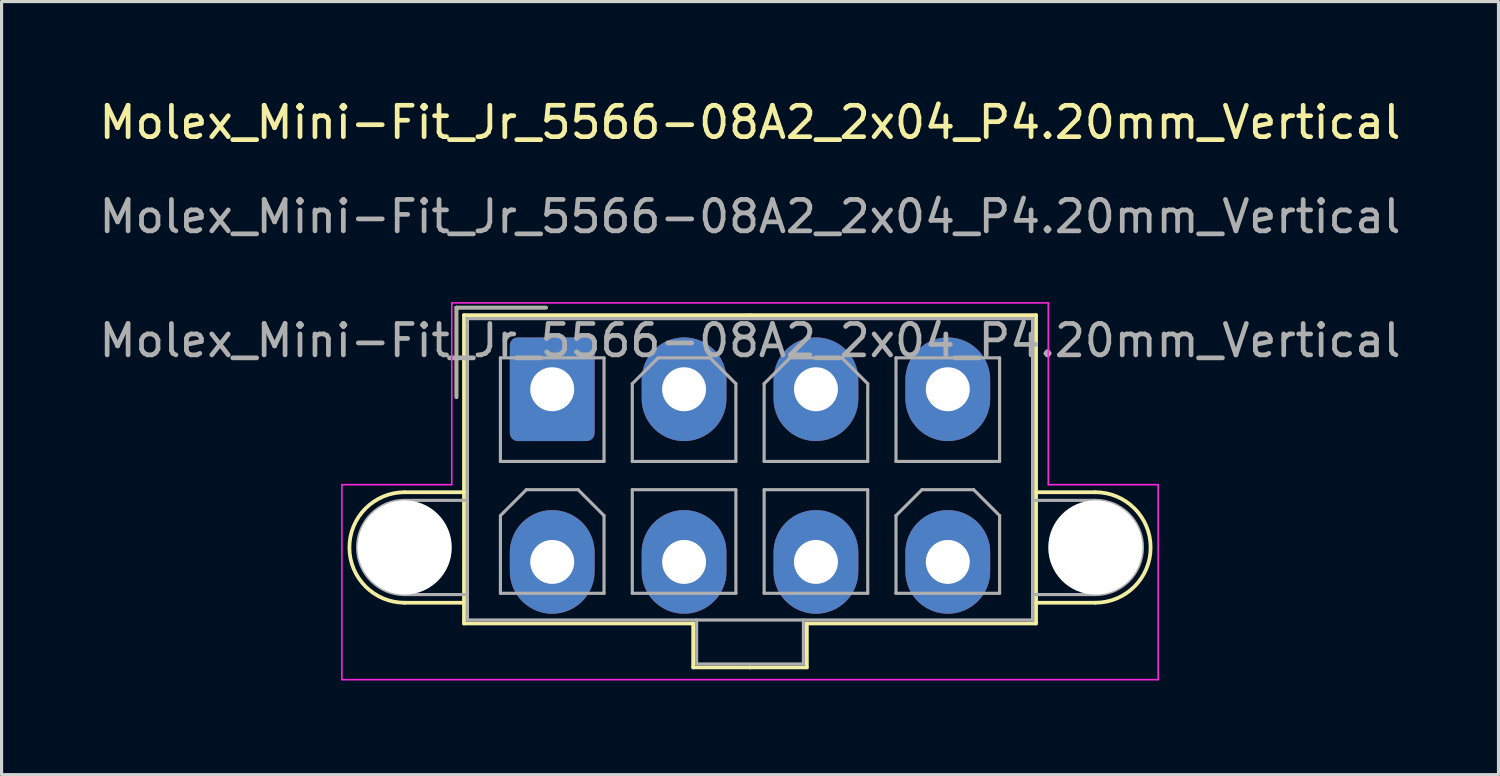
<source format=kicad_pcb>
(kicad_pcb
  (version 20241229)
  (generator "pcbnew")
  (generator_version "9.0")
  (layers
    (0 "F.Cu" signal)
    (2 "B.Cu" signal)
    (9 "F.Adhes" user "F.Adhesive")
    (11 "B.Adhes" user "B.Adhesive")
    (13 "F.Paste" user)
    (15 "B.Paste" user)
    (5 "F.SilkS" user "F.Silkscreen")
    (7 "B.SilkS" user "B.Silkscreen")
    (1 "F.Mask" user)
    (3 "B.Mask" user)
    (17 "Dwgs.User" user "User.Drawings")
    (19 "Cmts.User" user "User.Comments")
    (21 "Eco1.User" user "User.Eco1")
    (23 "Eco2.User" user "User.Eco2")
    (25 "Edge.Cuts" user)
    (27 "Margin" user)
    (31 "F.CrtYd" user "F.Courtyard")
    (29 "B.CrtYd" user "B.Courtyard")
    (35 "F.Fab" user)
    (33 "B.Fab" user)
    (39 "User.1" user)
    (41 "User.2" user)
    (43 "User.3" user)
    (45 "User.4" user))
  (footprint "Molex_Mini-Fit_Jr_5566-08A2_2x04_P4.20mm_Vertical"
    (layer "F.Cu")
    (at 14.539 9.348)
    (property "Reference" "Molex_Mini-Fit_Jr_5566-08A2_2x04_P4.20mm_Vertical" (at 6.3 -8.5 0) (unlocked yes) (layer "F.SilkS") (effects (font (size 1 1) (thickness 0.15))))
    (attr through_hole)
    (fp_line (start -4.7 3.28) (end -2.81 3.28) (stroke (width 0.12) (type solid)) (layer "F.SilkS"))
    (fp_line (start -4.7 6.8) (end -2.81 6.8) (stroke (width 0.12) (type solid)) (layer "F.SilkS"))
    (fp_line (start -3.05 -2.6) (end -3.05 0.25) (stroke (width 0.12) (type solid)) (layer "F.SilkS"))
    (fp_line (start -2.81 -2.36) (end -2.81 7.46) (stroke (width 0.12) (type solid)) (layer "F.SilkS"))
    (fp_line (start -2.81 7.46) (end 4.49 7.46) (stroke (width 0.12) (type solid)) (layer "F.SilkS"))
    (fp_line (start -0.2 -2.6) (end -3.05 -2.6) (stroke (width 0.12) (type solid)) (layer "F.SilkS"))
    (fp_line (start 4.49 7.46) (end 4.49 8.86) (stroke (width 0.12) (type solid)) (layer "F.SilkS"))
    (fp_line (start 4.49 8.86) (end 6.3 8.86) (stroke (width 0.12) (type solid)) (layer "F.SilkS"))
    (fp_line (start 6.3 -2.36) (end -2.81 -2.36) (stroke (width 0.12) (type solid)) (layer "F.SilkS"))
    (fp_line (start 6.3 -2.36) (end 15.41 -2.36) (stroke (width 0.12) (type solid)) (layer "F.SilkS"))
    (fp_line (start 8.11 7.46) (end 8.11 8.86) (stroke (width 0.12) (type solid)) (layer "F.SilkS"))
    (fp_line (start 8.11 8.86) (end 6.3 8.86) (stroke (width 0.12) (type solid)) (layer "F.SilkS"))
    (fp_line (start 15.41 -2.36) (end 15.41 7.46) (stroke (width 0.12) (type solid)) (layer "F.SilkS"))
    (fp_line (start 15.41 7.46) (end 8.11 7.46) (stroke (width 0.12) (type solid)) (layer "F.SilkS"))
    (fp_line (start 17.3 3.28) (end 15.41 3.28) (stroke (width 0.12) (type solid)) (layer "F.SilkS"))
    (fp_line (start 17.3 6.8) (end 15.41 6.8) (stroke (width 0.12) (type solid)) (layer "F.SilkS"))
    (fp_arc (start -4.7 6.8) (mid -6.46 5.04) (end -4.7 3.28) (stroke (width 0.12) (type solid)) (layer "F.SilkS"))
    (fp_arc (start 17.3 3.28) (mid 19.06 5.04) (end 17.3 6.8) (stroke (width 0.12) (type solid)) (layer "F.SilkS"))
    (fp_line (start -6.7 3.04) (end -6.7 9.25) (stroke (width 0.05) (type solid)) (layer "F.CrtYd"))
    (fp_line (start -6.7 9.25) (end 19.3 9.25) (stroke (width 0.05) (type solid)) (layer "F.CrtYd"))
    (fp_line (start -3.2 -2.75) (end -3.2 3.04) (stroke (width 0.05) (type solid)) (layer "F.CrtYd"))
    (fp_line (start -3.2 3.04) (end -6.7 3.04) (stroke (width 0.05) (type solid)) (layer "F.CrtYd"))
    (fp_line (start 15.8 -2.75) (end -3.2 -2.75) (stroke (width 0.05) (type solid)) (layer "F.CrtYd"))
    (fp_line (start 15.8 3.04) (end 15.8 -2.75) (stroke (width 0.05) (type solid)) (layer "F.CrtYd"))
    (fp_line (start 19.3 3.04) (end 15.8 3.04) (stroke (width 0.05) (type solid)) (layer "F.CrtYd"))
    (fp_line (start 19.3 9.25) (end 19.3 3.04) (stroke (width 0.05) (type solid)) (layer "F.CrtYd"))
    (fp_line (start -4.7 3.54) (end -2.7 3.54) (stroke (width 0.1) (type solid)) (layer "F.Fab"))
    (fp_line (start -4.7 6.54) (end -2.7 6.54) (stroke (width 0.1) (type solid)) (layer "F.Fab"))
    (fp_line (start -3.05 -2.6) (end -3.05 0.25) (stroke (width 0.1) (type solid)) (layer "F.Fab"))
    (fp_line (start -2.7 -2.25) (end -2.7 7.35) (stroke (width 0.1) (type solid)) (layer "F.Fab"))
    (fp_line (start -2.7 7.35) (end 15.3 7.35) (stroke (width 0.1) (type solid)) (layer "F.Fab"))
    (fp_line (start -1.65 -1) (end -1.65 2.3) (stroke (width 0.1) (type solid)) (layer "F.Fab"))
    (fp_line (start -1.65 2.3) (end 1.65 2.3) (stroke (width 0.1) (type solid)) (layer "F.Fab"))
    (fp_line (start -1.65 4.025) (end -0.825 3.2) (stroke (width 0.1) (type solid)) (layer "F.Fab"))
    (fp_line (start -1.65 6.5) (end -1.65 4.025) (stroke (width 0.1) (type solid)) (layer "F.Fab"))
    (fp_line (start -0.825 3.2) (end 0.825 3.2) (stroke (width 0.1) (type solid)) (layer "F.Fab"))
    (fp_line (start -0.2 -2.6) (end -3.05 -2.6) (stroke (width 0.1) (type solid)) (layer "F.Fab"))
    (fp_line (start 0.825 3.2) (end 1.65 4.025) (stroke (width 0.1) (type solid)) (layer "F.Fab"))
    (fp_line (start 1.65 -1) (end -1.65 -1) (stroke (width 0.1) (type solid)) (layer "F.Fab"))
    (fp_line (start 1.65 2.3) (end 1.65 -1) (stroke (width 0.1) (type solid)) (layer "F.Fab"))
    (fp_line (start 1.65 4.025) (end 1.65 6.5) (stroke (width 0.1) (type solid)) (layer "F.Fab"))
    (fp_line (start 1.65 6.5) (end -1.65 6.5) (stroke (width 0.1) (type solid)) (layer "F.Fab"))
    (fp_line (start 2.55 -0.175) (end 3.375 -1) (stroke (width 0.1) (type solid)) (layer "F.Fab"))
    (fp_line (start 2.55 2.3) (end 2.55 -0.175) (stroke (width 0.1) (type solid)) (layer "F.Fab"))
    (fp_line (start 2.55 3.2) (end 2.55 6.5) (stroke (width 0.1) (type solid)) (layer "F.Fab"))
    (fp_line (start 2.55 6.5) (end 5.85 6.5) (stroke (width 0.1) (type solid)) (layer "F.Fab"))
    (fp_line (start 3.375 -1) (end 5.025 -1) (stroke (width 0.1) (type solid)) (layer "F.Fab"))
    (fp_line (start 4.6 7.35) (end 4.6 8.75) (stroke (width 0.1) (type solid)) (layer "F.Fab"))
    (fp_line (start 4.6 8.75) (end 8 8.75) (stroke (width 0.1) (type solid)) (layer "F.Fab"))
    (fp_line (start 5.025 -1) (end 5.85 -0.175) (stroke (width 0.1) (type solid)) (layer "F.Fab"))
    (fp_line (start 5.85 -0.175) (end 5.85 2.3) (stroke (width 0.1) (type solid)) (layer "F.Fab"))
    (fp_line (start 5.85 2.3) (end 2.55 2.3) (stroke (width 0.1) (type solid)) (layer "F.Fab"))
    (fp_line (start 5.85 3.2) (end 2.55 3.2) (stroke (width 0.1) (type solid)) (layer "F.Fab"))
    (fp_line (start 5.85 6.5) (end 5.85 3.2) (stroke (width 0.1) (type solid)) (layer "F.Fab"))
    (fp_line (start 6.75 -0.175) (end 7.575 -1) (stroke (width 0.1) (type solid)) (layer "F.Fab"))
    (fp_line (start 6.75 2.3) (end 6.75 -0.175) (stroke (width 0.1) (type solid)) (layer "F.Fab"))
    (fp_line (start 6.75 3.2) (end 6.75 6.5) (stroke (width 0.1) (type solid)) (layer "F.Fab"))
    (fp_line (start 6.75 6.5) (end 10.05 6.5) (stroke (width 0.1) (type solid)) (layer "F.Fab"))
    (fp_line (start 7.575 -1) (end 9.225 -1) (stroke (width 0.1) (type solid)) (layer "F.Fab"))
    (fp_line (start 8 8.75) (end 8 7.35) (stroke (width 0.1) (type solid)) (layer "F.Fab"))
    (fp_line (start 9.225 -1) (end 10.05 -0.175) (stroke (width 0.1) (type solid)) (layer "F.Fab"))
    (fp_line (start 10.05 -0.175) (end 10.05 2.3) (stroke (width 0.1) (type solid)) (layer "F.Fab"))
    (fp_line (start 10.05 2.3) (end 6.75 2.3) (stroke (width 0.1) (type solid)) (layer "F.Fab"))
    (fp_line (start 10.05 3.2) (end 6.75 3.2) (stroke (width 0.1) (type solid)) (layer "F.Fab"))
    (fp_line (start 10.05 6.5) (end 10.05 3.2) (stroke (width 0.1) (type solid)) (layer "F.Fab"))
    (fp_line (start 10.95 -1) (end 10.95 2.3) (stroke (width 0.1) (type solid)) (layer "F.Fab"))
    (fp_line (start 10.95 2.3) (end 14.25 2.3) (stroke (width 0.1) (type solid)) (layer "F.Fab"))
    (fp_line (start 10.95 4.025) (end 11.775 3.2) (stroke (width 0.1) (type solid)) (layer "F.Fab"))
    (fp_line (start 10.95 6.5) (end 10.95 4.025) (stroke (width 0.1) (type solid)) (layer "F.Fab"))
    (fp_line (start 11.775 3.2) (end 13.425 3.2) (stroke (width 0.1) (type solid)) (layer "F.Fab"))
    (fp_line (start 13.425 3.2) (end 14.25 4.025) (stroke (width 0.1) (type solid)) (layer "F.Fab"))
    (fp_line (start 14.25 -1) (end 10.95 -1) (stroke (width 0.1) (type solid)) (layer "F.Fab"))
    (fp_line (start 14.25 2.3) (end 14.25 -1) (stroke (width 0.1) (type solid)) (layer "F.Fab"))
    (fp_line (start 14.25 4.025) (end 14.25 6.5) (stroke (width 0.1) (type solid)) (layer "F.Fab"))
    (fp_line (start 14.25 6.5) (end 10.95 6.5) (stroke (width 0.1) (type solid)) (layer "F.Fab"))
    (fp_line (start 15.3 -2.25) (end -2.7 -2.25) (stroke (width 0.1) (type solid)) (layer "F.Fab"))
    (fp_line (start 15.3 7.35) (end 15.3 -2.25) (stroke (width 0.1) (type solid)) (layer "F.Fab"))
    (fp_line (start 17.3 3.54) (end 15.3 3.54) (stroke (width 0.1) (type solid)) (layer "F.Fab"))
    (fp_line (start 17.3 6.54) (end 15.3 6.54) (stroke (width 0.1) (type solid)) (layer "F.Fab"))
    (fp_arc (start -4.7 6.54) (mid -6.2 5.04) (end -4.7 3.54) (stroke (width 0.1) (type solid)) (layer "F.Fab"))
    (fp_arc (start 17.3 3.54) (mid 18.8 5.04) (end 17.3 6.54) (stroke (width 0.1) (type solid)) (layer "F.Fab"))
    (fp_text user "${REFERENCE}" (at 6.3 -5.5 0) (unlocked yes) (layer "F.Fab") (effects (font (size 1 1) (thickness 0.15))))
    (fp_text user "${REFERENCE}" (at 6.3 -1.55 0) (layer "F.Fab") (effects (font (size 1 1) (thickness 0.15))))
    (pad "" np_thru_hole circle (at -4.7 5.04) (size 3 3) (drill 3) (layers "*.Cu" "*.Mask"))
    (pad "" np_thru_hole circle (at 17.3 5.04) (size 3 3) (drill 3) (layers "*.Cu" "*.Mask"))
    (pad "1" thru_hole roundrect (at 0 0) (size 2.7 3.3) (drill 1.4) (layers "*.Cu" "*.Mask") (roundrect_rratio 0.093))
    (pad "2" thru_hole oval (at 4.2 0) (size 2.7 3.3) (drill 1.4) (layers "*.Cu" "*.Mask"))
    (pad "3" thru_hole oval (at 8.4 0) (size 2.7 3.3) (drill 1.4) (layers "*.Cu" "*.Mask"))
    (pad "4" thru_hole oval (at 12.6 0) (size 2.7 3.3) (drill 1.4) (layers "*.Cu" "*.Mask"))
    (pad "5" thru_hole oval (at 0 5.5) (size 2.7 3.3) (drill 1.4) (layers "*.Cu" "*.Mask"))
    (pad "6" thru_hole oval (at 4.2 5.5) (size 2.7 3.3) (drill 1.4) (layers "*.Cu" "*.Mask"))
    (pad "7" thru_hole oval (at 8.4 5.5) (size 2.7 3.3) (drill 1.4) (layers "*.Cu" "*.Mask"))
    (pad "8" thru_hole oval (at 12.6 5.5) (size 2.7 3.3) (drill 1.4) (layers "*.Cu" "*.Mask")))
  (gr_rect
    (start -3 -3)
    (end 44.679 21.623)
    (stroke (width 0.1) (type default))
    (fill no)
    (layer "Edge.Cuts")))
</source>
